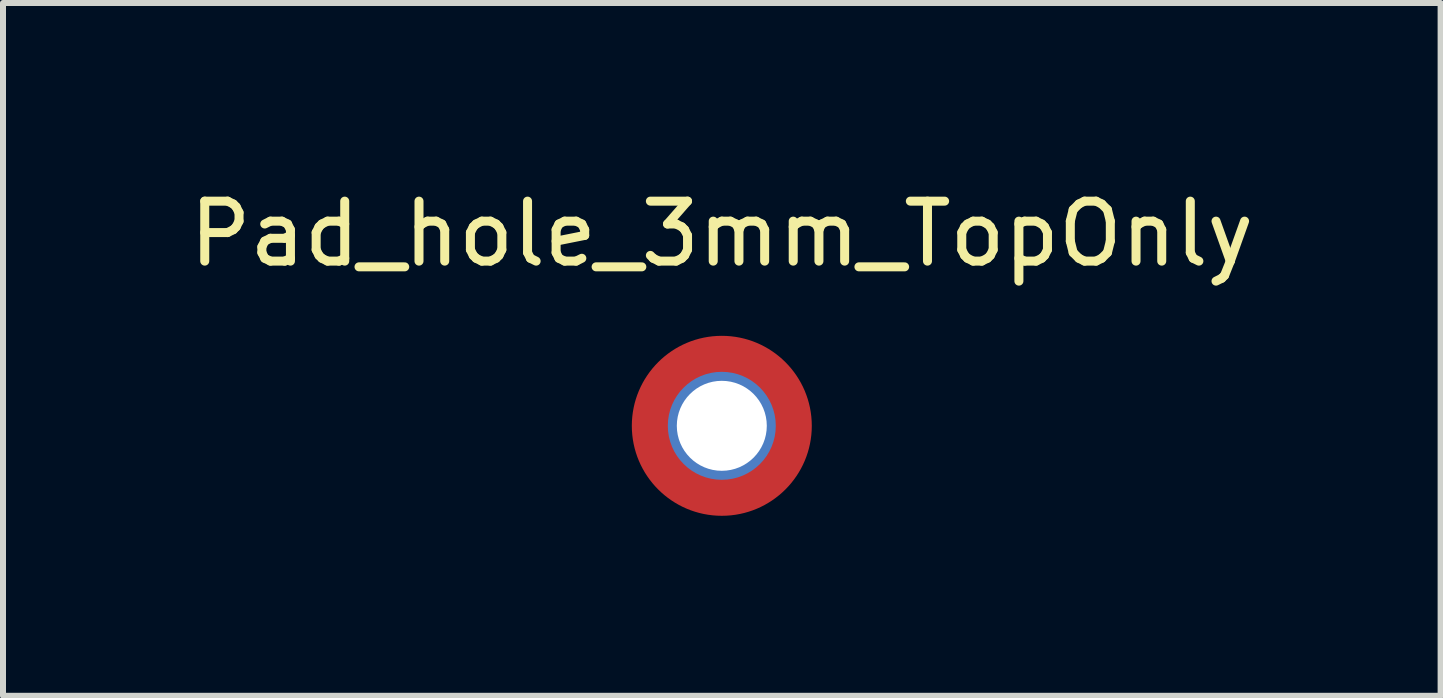
<source format=kicad_pcb>
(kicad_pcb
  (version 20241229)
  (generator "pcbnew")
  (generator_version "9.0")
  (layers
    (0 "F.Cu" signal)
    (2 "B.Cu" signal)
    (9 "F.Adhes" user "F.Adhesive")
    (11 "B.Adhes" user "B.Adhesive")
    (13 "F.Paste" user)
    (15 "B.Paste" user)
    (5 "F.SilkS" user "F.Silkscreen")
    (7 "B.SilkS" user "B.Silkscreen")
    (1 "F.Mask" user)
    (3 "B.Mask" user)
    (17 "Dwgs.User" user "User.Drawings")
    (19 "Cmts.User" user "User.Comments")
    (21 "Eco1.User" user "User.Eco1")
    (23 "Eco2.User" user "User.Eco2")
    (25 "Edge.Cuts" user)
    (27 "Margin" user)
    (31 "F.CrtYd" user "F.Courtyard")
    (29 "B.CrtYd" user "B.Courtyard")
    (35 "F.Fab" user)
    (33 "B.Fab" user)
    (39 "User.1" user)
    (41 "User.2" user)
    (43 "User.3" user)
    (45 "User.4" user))
  (footprint "Pad_hole_3mm_TopOnly"
    (layer "F.Cu")
    (at 8.982 4.048)
    (property "Reference" "Pad_hole_3mm_TopOnly" (at 0 -3.2 0) (layer "F.SilkS") (effects (font (size 1 1) (thickness 0.15))))
    (attr exclude_from_pos_files exclude_from_bom)
    (pad "1" thru_hole circle (at 0 0) (size 1.8 1.8) (drill 1.5) (layers "*.Cu" "*.Mask"))
    (pad "1" connect circle (at 0 0) (size 3 3) (layers "F.Cu" "F.Mask")))
  (gr_rect
    (start -3 -3)
    (end 20.964 8.548)
    (stroke (width 0.1) (type default))
    (fill no)
    (layer "Edge.Cuts")))
</source>
